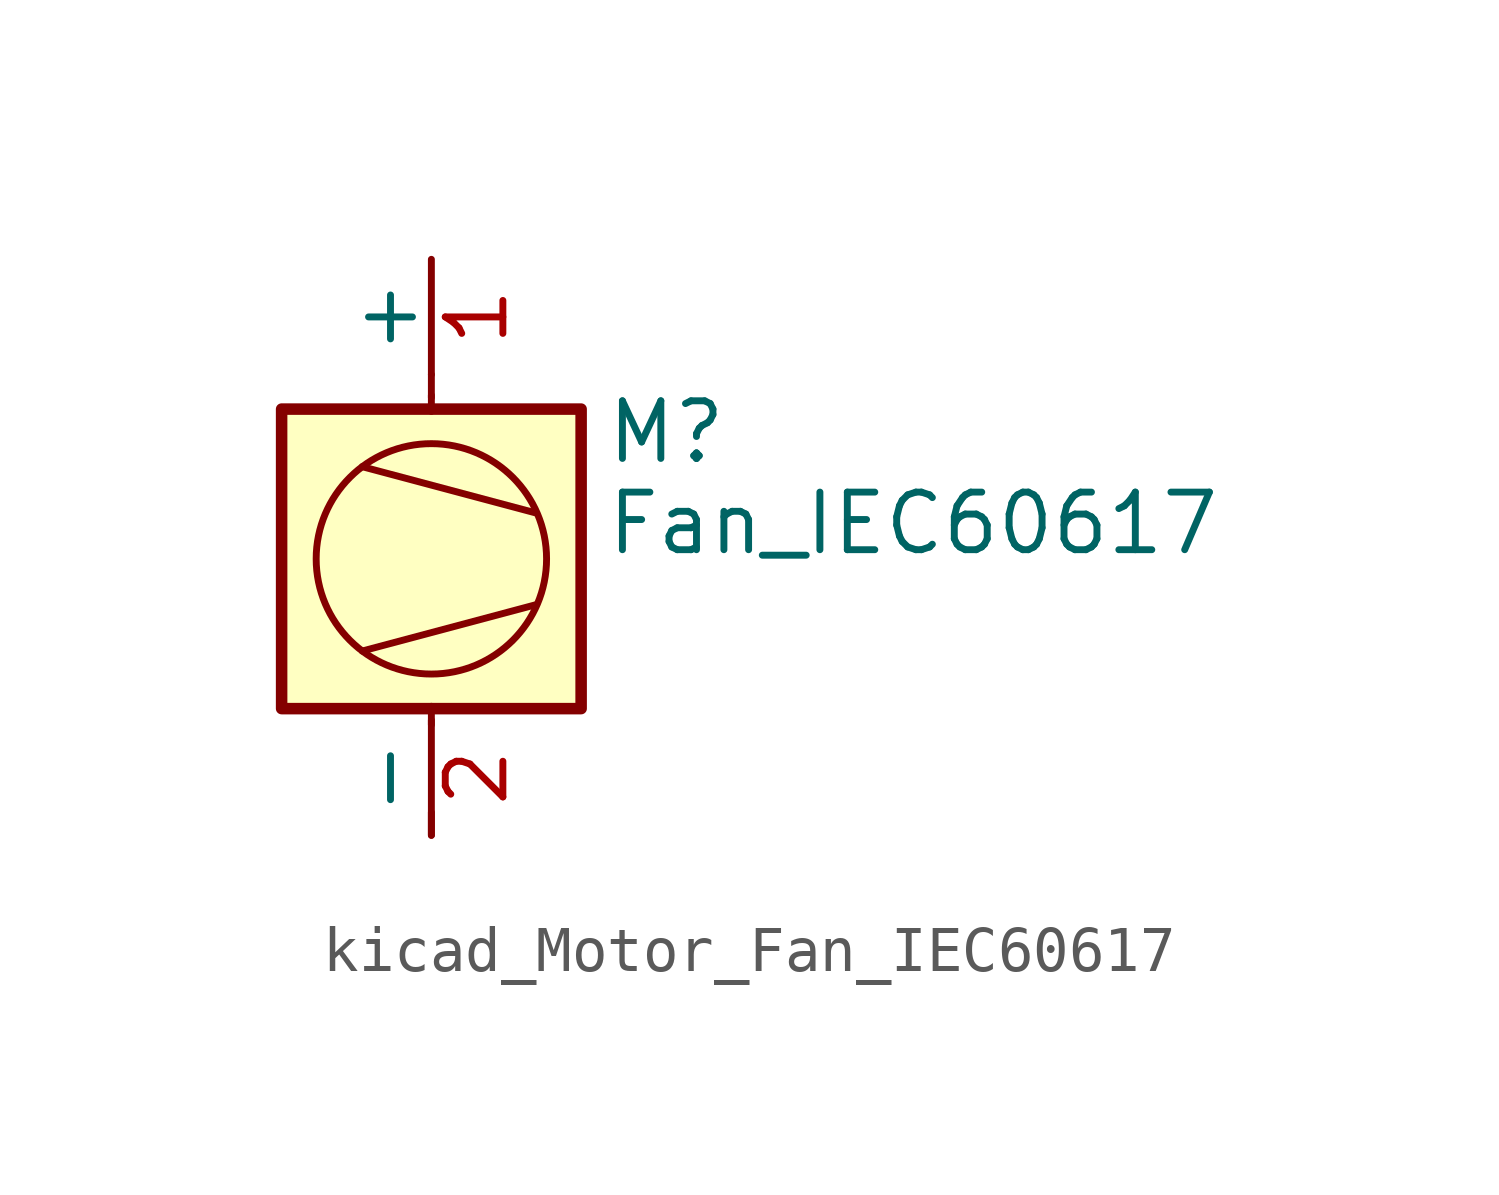
<source format=kicad_sym>
(kicad_symbol_lib
  (version 20220914)
  (generator kicad_symbol_editor)
  (symbol "kicad_Motor_Fan_IEC60617"
    (pin_names
      (offset 0))
    (property "Reference" "M"
      (at 3.81 3.81 0)
      (effects (font (size 1.27 1.27)) (justify left)))
    (property "Value" "Fan_IEC60617"
      (at 3.81 2.54 0)
      (effects (font (size 1.27 1.27)) (justify left top)))
    (symbol "kicad_Motor_Fan_IEC60617_0_1"
      (rectangle (start -3.302 4.318) (end 3.302 -2.286) (stroke (width 0.254) (type default)) (fill (type background)))
      (polyline (pts (xy -1.524 -1.016) (xy 2.286 0)) (stroke (width 0) (type default)) (fill (type none)))
      (polyline (pts (xy -1.524 3.048) (xy 2.286 2.032)) (stroke (width 0) (type default)) (fill (type none)))
      (polyline (pts (xy 0 -5.08) (xy 0 -4.572)) (stroke (width 0) (type default)) (fill (type none)))
      (polyline (pts (xy 0 -2.235) (xy 0 -2.642)) (stroke (width 0) (type default)) (fill (type none)))
      (polyline (pts (xy 0 4.267) (xy 0 4.623)) (stroke (width 0) (type default)) (fill (type none)))
      (polyline (pts (xy 0 4.572) (xy 0 5.08)) (stroke (width 0) (type default)) (fill (type none)))
      (circle (center 0 1.016) (radius 2.54) (stroke (width 0) (type default)) (fill (type none))))
    (symbol "kicad_Motor_Fan_IEC60617_1_1"
      (pin passive line (at 0 7.62 270) (length 2.54) (name "+" (effects (font (size 1.27 1.27)))) (number "1" (effects (font (size 1.27 1.27)))))
      (pin passive line (at 0 -5.08 90) (length 2.54) (name "-" (effects (font (size 1.27 1.27)))) (number "2" (effects (font (size 1.27 1.27))))))))
</source>
